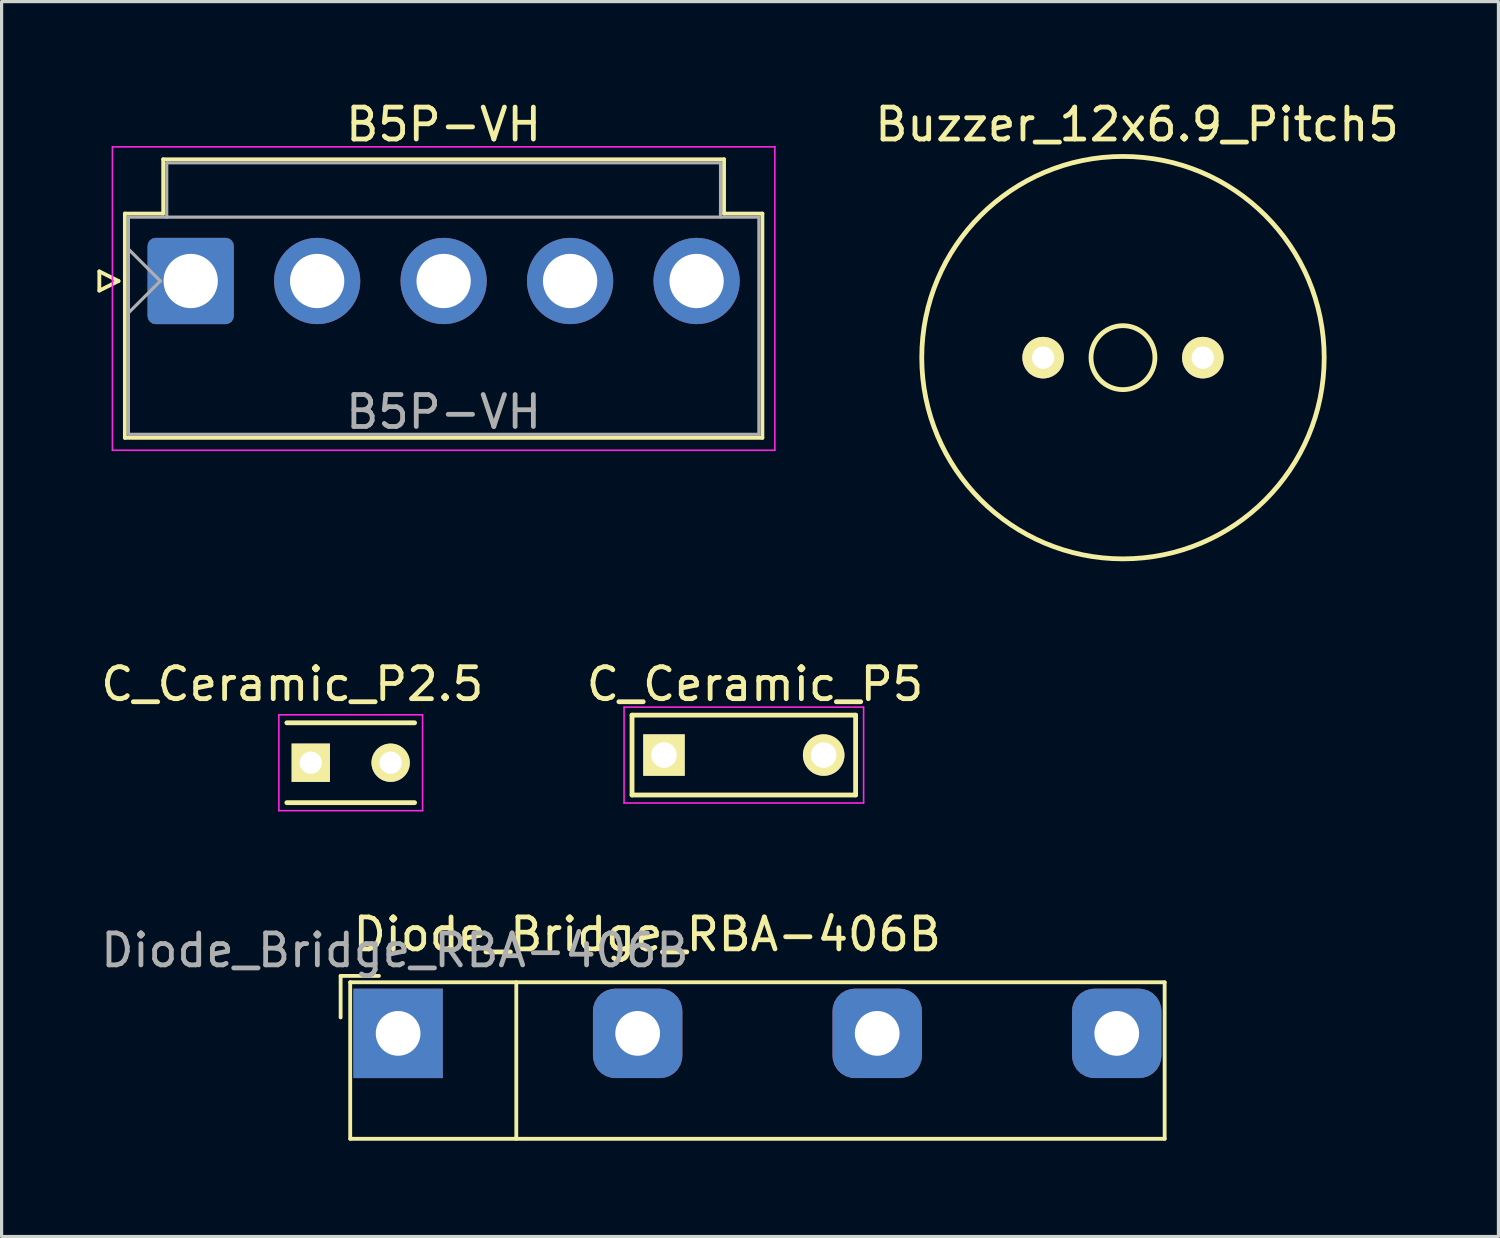
<source format=kicad_pcb>
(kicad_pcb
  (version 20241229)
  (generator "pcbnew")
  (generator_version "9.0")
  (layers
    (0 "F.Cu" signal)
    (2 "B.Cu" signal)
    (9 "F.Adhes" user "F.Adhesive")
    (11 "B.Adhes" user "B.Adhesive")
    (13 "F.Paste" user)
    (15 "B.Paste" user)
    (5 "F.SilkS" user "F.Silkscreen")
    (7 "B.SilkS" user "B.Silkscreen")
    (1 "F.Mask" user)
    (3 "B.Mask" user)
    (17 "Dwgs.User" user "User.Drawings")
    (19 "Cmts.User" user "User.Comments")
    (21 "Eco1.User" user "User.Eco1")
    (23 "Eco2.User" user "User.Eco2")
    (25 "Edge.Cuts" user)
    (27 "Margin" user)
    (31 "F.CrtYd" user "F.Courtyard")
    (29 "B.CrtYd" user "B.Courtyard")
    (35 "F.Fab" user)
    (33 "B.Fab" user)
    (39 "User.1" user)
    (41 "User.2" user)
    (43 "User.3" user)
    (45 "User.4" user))
  (footprint "C_Ceramic_P2.5"
    (layer "F.Cu")
    (at 6.681 20.831)
    (property "Reference" "C_Ceramic_P2.5" (at -0.58 -2.46 0) (layer "F.SilkS") (effects (font (size 1 1) (thickness 0.15))))
    (attr through_hole)
    (fp_line (start -0.75 -1.25) (end 3.25 -1.25) (stroke (width 0.15) (type solid)) (layer "F.SilkS"))
    (fp_line (start -0.75 1.25) (end 3.25 1.25) (stroke (width 0.15) (type solid)) (layer "F.SilkS"))
    (fp_line (start -1 -1.5) (end 3.5 -1.5) (stroke (width 0.05) (type solid)) (layer "F.CrtYd"))
    (fp_line (start -1 1.5) (end -1 -1.5) (stroke (width 0.05) (type solid)) (layer "F.CrtYd"))
    (fp_line (start 3.5 -1.5) (end 3.5 1.5) (stroke (width 0.05) (type solid)) (layer "F.CrtYd"))
    (fp_line (start 3.5 1.5) (end -1 1.5) (stroke (width 0.05) (type solid)) (layer "F.CrtYd"))
    (pad "1" thru_hole rect (at 0 0) (size 1.2 1.2) (drill 0.7) (layers "*.Cu" "*.Mask" "F.SilkS"))
    (pad "2" thru_hole circle (at 2.5 0) (size 1.2 1.2) (drill 0.7) (layers "*.Cu" "*.Mask" "F.SilkS")))
  (footprint "Diode_Bridge_RBA-406B"
    (layer "F.Cu")
    (at 9.415 29.305)
    (property "Reference" "Diode_Bridge_RBA-406B" (at 7.8 -3.1 0) (layer "F.SilkS") (effects (font (size 1 1) (thickness 0.15))))
    (attr through_hole)
    (fp_line (start -1.8 -1.8) (end -0.6 -1.8) (stroke (width 0.12) (type solid)) (layer "F.SilkS"))
    (fp_line (start -1.8 -0.5) (end -1.8 -1.8) (stroke (width 0.12) (type solid)) (layer "F.SilkS"))
    (fp_line (start -1.5 -1.6) (end -1.5 3.3) (stroke (width 0.12) (type solid)) (layer "F.SilkS"))
    (fp_line (start -1.5 3.3) (end 24 3.3) (stroke (width 0.12) (type solid)) (layer "F.SilkS"))
    (fp_line (start 3.7 -1.6) (end 3.7 3.3) (stroke (width 0.12) (type solid)) (layer "F.SilkS"))
    (fp_line (start 24 -1.6) (end -1.5 -1.6) (stroke (width 0.12) (type solid)) (layer "F.SilkS"))
    (fp_line (start 24 -1.6) (end 24 3.3) (stroke (width 0.12) (type solid)) (layer "F.SilkS"))
    (fp_text user "${REFERENCE}" (at -0.1 -2.6 0) (layer "F.Fab") (effects (font (size 1 1) (thickness 0.15))))
    (pad "1" thru_hole rect (at 0 0) (size 2.8 2.8) (drill 1.4) (layers "*.Cu" "*.Mask"))
    (pad "2" thru_hole roundrect (at 7.5 0) (size 2.8 2.8) (drill 1.4) (layers "*.Cu" "*.Mask") (roundrect_rratio 0.25))
    (pad "3" thru_hole roundrect (at 15 0) (size 2.8 2.8) (drill 1.4) (layers "*.Cu" "*.Mask") (roundrect_rratio 0.25))
    (pad "4" thru_hole roundrect (at 22.5 0) (size 2.8 2.8) (drill 1.4) (layers "*.Cu" "*.Mask") (roundrect_rratio 0.25)))
  (footprint "Buzzer_12x6.9_Pitch5"
    (layer "F.Cu")
    (at 32.11 8.148)
    (property "Reference" "Buzzer_12x6.9_Pitch5" (at 0.44 -7.3 0) (layer "F.SilkS") (effects (font (size 1 1) (thickness 0.15))))
    (attr through_hole)
    (fp_circle (center 0 0) (end 1.001 0) (stroke (width 0.15) (type solid)) (fill no) (layer "F.SilkS"))
    (fp_circle (center 0 0) (end 6.3 0) (stroke (width 0.15) (type solid)) (fill no) (layer "F.SilkS"))
    (pad "1" thru_hole circle (at -2.5 0) (size 1.3 1.3) (drill 0.7) (layers "*.Cu" "*.Mask" "F.SilkS"))
    (pad "2" thru_hole circle (at 2.5 0) (size 1.3 1.3) (drill 0.7) (layers "*.Cu" "*.Mask" "F.SilkS")))
  (footprint "B5P-VH"
    (layer "F.Cu")
    (at 2.92 5.748)
    (property "Reference" "B5P-VH" (at 7.92 -4.9 0) (layer "F.SilkS") (effects (font (size 1 1) (thickness 0.15))))
    (attr through_hole)
    (fp_line (start -2.86 -0.3) (end -2.26 0) (stroke (width 0.12) (type solid)) (layer "F.SilkS"))
    (fp_line (start -2.86 0.3) (end -2.86 -0.3) (stroke (width 0.12) (type solid)) (layer "F.SilkS"))
    (fp_line (start -2.26 0) (end -2.86 0.3) (stroke (width 0.12) (type solid)) (layer "F.SilkS"))
    (fp_line (start -2.06 -2.11) (end -0.86 -2.11) (stroke (width 0.12) (type solid)) (layer "F.SilkS"))
    (fp_line (start -2.06 4.91) (end -2.06 -2.11) (stroke (width 0.12) (type solid)) (layer "F.SilkS"))
    (fp_line (start -0.86 -3.81) (end 16.7 -3.81) (stroke (width 0.12) (type solid)) (layer "F.SilkS"))
    (fp_line (start -0.86 -2.11) (end -0.86 -3.81) (stroke (width 0.12) (type solid)) (layer "F.SilkS"))
    (fp_line (start 16.7 -3.81) (end 16.7 -2.11) (stroke (width 0.12) (type solid)) (layer "F.SilkS"))
    (fp_line (start 16.7 -2.11) (end 17.9 -2.11) (stroke (width 0.12) (type solid)) (layer "F.SilkS"))
    (fp_line (start 17.9 -2.11) (end 17.9 4.91) (stroke (width 0.12) (type solid)) (layer "F.SilkS"))
    (fp_line (start 17.9 4.91) (end -2.06 4.91) (stroke (width 0.12) (type solid)) (layer "F.SilkS"))
    (fp_line (start -2.45 -4.2) (end -2.45 5.3) (stroke (width 0.05) (type solid)) (layer "F.CrtYd"))
    (fp_line (start -2.45 5.3) (end 18.29 5.3) (stroke (width 0.05) (type solid)) (layer "F.CrtYd"))
    (fp_line (start 18.29 -4.2) (end -2.45 -4.2) (stroke (width 0.05) (type solid)) (layer "F.CrtYd"))
    (fp_line (start 18.29 5.3) (end 18.29 -4.2) (stroke (width 0.05) (type solid)) (layer "F.CrtYd"))
    (fp_line (start -1.95 -2) (end -1.95 4.8) (stroke (width 0.1) (type solid)) (layer "F.Fab"))
    (fp_line (start -1.95 -1) (end -0.95 0) (stroke (width 0.1) (type solid)) (layer "F.Fab"))
    (fp_line (start -1.95 1) (end -0.95 0) (stroke (width 0.1) (type solid)) (layer "F.Fab"))
    (fp_line (start -1.95 4.8) (end 17.79 4.8) (stroke (width 0.1) (type solid)) (layer "F.Fab"))
    (fp_line (start -0.75 -3.7) (end 16.59 -3.7) (stroke (width 0.1) (type solid)) (layer "F.Fab"))
    (fp_line (start -0.75 -2) (end -0.75 -3.7) (stroke (width 0.1) (type solid)) (layer "F.Fab"))
    (fp_line (start 16.59 -3.7) (end 16.59 -2) (stroke (width 0.1) (type solid)) (layer "F.Fab"))
    (fp_line (start 17.79 -2) (end -1.95 -2) (stroke (width 0.1) (type solid)) (layer "F.Fab"))
    (fp_line (start 17.79 4.8) (end 17.79 -2) (stroke (width 0.1) (type solid)) (layer "F.Fab"))
    (fp_text user "${REFERENCE}" (at 7.92 4.1 0) (layer "F.Fab") (effects (font (size 1 1) (thickness 0.15))))
    (pad "1" thru_hole roundrect (at 0 0) (size 2.7 2.7) (drill 1.7) (layers "*.Cu" "*.Mask") (roundrect_rratio 0.093))
    (pad "2" thru_hole circle (at 3.96 0) (size 2.7 2.7) (drill 1.7) (layers "*.Cu" "*.Mask"))
    (pad "3" thru_hole circle (at 7.92 0) (size 2.7 2.7) (drill 1.7) (layers "*.Cu" "*.Mask"))
    (pad "4" thru_hole circle (at 11.88 0) (size 2.7 2.7) (drill 1.7) (layers "*.Cu" "*.Mask"))
    (pad "5" thru_hole circle (at 15.84 0) (size 2.7 2.7) (drill 1.7) (layers "*.Cu" "*.Mask")))
  (footprint "C_Ceramic_P5"
    (layer "F.Cu")
    (at 17.739 20.591)
    (property "Reference" "C_Ceramic_P5" (at 2.85 -2.22 0) (layer "F.SilkS") (effects (font (size 1 1) (thickness 0.15))))
    (attr through_hole)
    (fp_line (start -1 -1.25) (end 6 -1.25) (stroke (width 0.15) (type solid)) (layer "F.SilkS"))
    (fp_line (start -1 1.25) (end -1 -1.25) (stroke (width 0.15) (type solid)) (layer "F.SilkS"))
    (fp_line (start 6 -1.25) (end 6 1.25) (stroke (width 0.15) (type solid)) (layer "F.SilkS"))
    (fp_line (start 6 1.25) (end -1 1.25) (stroke (width 0.15) (type solid)) (layer "F.SilkS"))
    (fp_line (start -1.25 -1.5) (end 6.25 -1.5) (stroke (width 0.05) (type solid)) (layer "F.CrtYd"))
    (fp_line (start -1.25 1.5) (end -1.25 -1.5) (stroke (width 0.05) (type solid)) (layer "F.CrtYd"))
    (fp_line (start 6.25 -1.5) (end 6.25 1.5) (stroke (width 0.05) (type solid)) (layer "F.CrtYd"))
    (fp_line (start 6.25 1.5) (end -1.25 1.5) (stroke (width 0.05) (type solid)) (layer "F.CrtYd"))
    (pad "1" thru_hole rect (at 0 0) (size 1.3 1.3) (drill 0.8) (layers "*.Cu" "*.Mask" "F.SilkS"))
    (pad "2" thru_hole circle (at 5 0) (size 1.3 1.3) (drill 0.8) (layers "*.Cu" "*.Mask" "F.SilkS")))
  (gr_rect
    (start -3 -3)
    (end 43.866 35.665)
    (stroke (width 0.1) (type default))
    (fill no)
    (layer "Edge.Cuts")))
</source>
